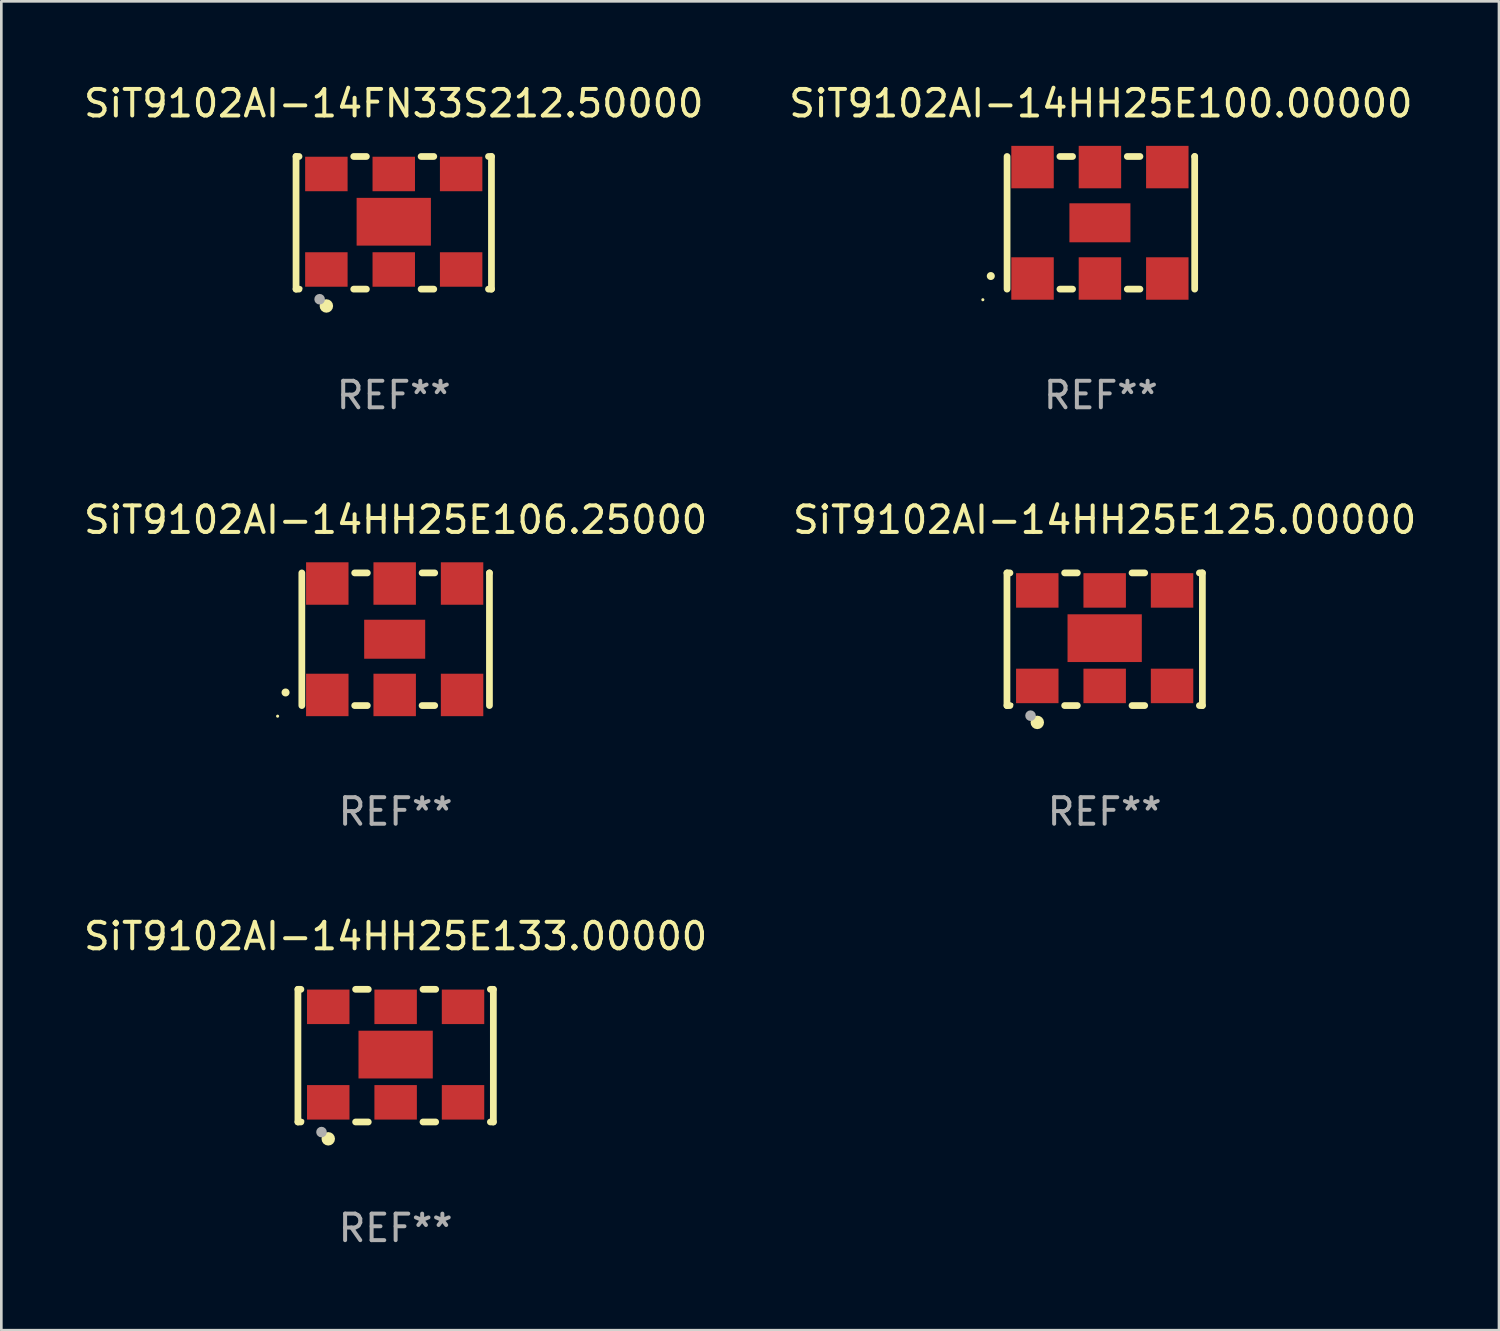
<source format=kicad_pcb>
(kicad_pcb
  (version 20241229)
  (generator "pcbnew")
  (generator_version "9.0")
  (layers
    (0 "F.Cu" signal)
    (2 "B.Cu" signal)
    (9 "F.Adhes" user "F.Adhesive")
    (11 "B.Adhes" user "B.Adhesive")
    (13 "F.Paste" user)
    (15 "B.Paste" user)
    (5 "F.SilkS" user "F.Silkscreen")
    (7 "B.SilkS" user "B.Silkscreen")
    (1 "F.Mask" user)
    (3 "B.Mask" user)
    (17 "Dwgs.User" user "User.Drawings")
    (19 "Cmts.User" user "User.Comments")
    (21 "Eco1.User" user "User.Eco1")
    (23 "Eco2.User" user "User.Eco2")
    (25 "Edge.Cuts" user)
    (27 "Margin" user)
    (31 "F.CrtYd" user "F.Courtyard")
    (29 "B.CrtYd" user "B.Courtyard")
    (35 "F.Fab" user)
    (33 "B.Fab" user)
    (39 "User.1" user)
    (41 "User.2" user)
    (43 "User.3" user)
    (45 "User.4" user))
  (footprint "SiT9102AI-14HH25E125.00000"
    (layer "F.Cu")
    (at 38.589 21.045)
    (property "Reference" "SiT9102AI-14HH25E125.00000" (at 0 -4.5 0) (layer "F.SilkS") (effects (font (size 1 1) (thickness 0.15))))
    (attr through_hole)
    (fp_line (start -3.683 -2.5) (end -3.571 -2.5) (stroke (width 0.254) (type solid)) (layer "F.SilkS"))
    (fp_line (start -3.683 2.5) (end -3.683 -2.5) (stroke (width 0.254) (type solid)) (layer "F.SilkS"))
    (fp_line (start -3.683 2.5) (end -3.571 2.5) (stroke (width 0.254) (type solid)) (layer "F.SilkS"))
    (fp_line (start -1.509 -2.5) (end -1.031 -2.5) (stroke (width 0.254) (type solid)) (layer "F.SilkS"))
    (fp_line (start -1.509 2.5) (end -1.031 2.5) (stroke (width 0.254) (type solid)) (layer "F.SilkS"))
    (fp_line (start 1.031 -2.5) (end 1.509 -2.5) (stroke (width 0.254) (type solid)) (layer "F.SilkS"))
    (fp_line (start 1.031 2.5) (end 1.509 2.5) (stroke (width 0.254) (type solid)) (layer "F.SilkS"))
    (fp_line (start 3.571 -2.5) (end 3.683 -2.5) (stroke (width 0.254) (type solid)) (layer "F.SilkS"))
    (fp_line (start 3.571 2.5) (end 3.683 2.5) (stroke (width 0.254) (type solid)) (layer "F.SilkS"))
    (fp_line (start 3.683 2.5) (end 3.683 -2.5) (stroke (width 0.254) (type solid)) (layer "F.SilkS"))
    (fp_circle (center -3.5 2.46) (end -3.47 2.46) (stroke (width 0.06) (type solid)) (fill no) (layer "F.SilkS"))
    (fp_circle (center -2.54 3.135) (end -2.413 3.135) (stroke (width 0.254) (type solid)) (fill no) (layer "F.SilkS"))
    (fp_circle (center -2.794 2.881) (end -2.694 2.881) (stroke (width 0.2) (type solid)) (fill no) (layer "F.Fab"))
    (fp_text user "REF**" (at 0 6.5 0) (layer "F.Fab") (effects (font (size 1 1) (thickness 0.15))))
    (pad "1" smd rect (at -2.54 1.76) (size 1.6 1.3) (layers "F.Cu" "F.Mask" "F.Paste"))
    (pad "2" smd rect (at 0 1.76) (size 1.6 1.3) (layers "F.Cu" "F.Mask" "F.Paste"))
    (pad "3" smd rect (at 2.54 1.76) (size 1.6 1.3) (layers "F.Cu" "F.Mask" "F.Paste"))
    (pad "4" smd rect (at 2.54 -1.84) (size 1.6 1.3) (layers "F.Cu" "F.Mask" "F.Paste"))
    (pad "5" smd rect (at 0 -1.84) (size 1.6 1.3) (layers "F.Cu" "F.Mask" "F.Paste"))
    (pad "6" smd rect (at -2.54 -1.84) (size 1.6 1.3) (layers "F.Cu" "F.Mask" "F.Paste"))
    (pad "7" smd rect (at 0 -0.04) (size 2.8 1.8) (layers "F.Cu" "F.Mask" "F.Paste")))
  (footprint "SiT9102AI-14HH25E106.25000"
    (layer "F.Cu")
    (at 11.863 21.045)
    (property "Reference" "SiT9102AI-14HH25E106.25000" (at 0 -4.5 0) (layer "F.SilkS") (effects (font (size 1 1) (thickness 0.15))))
    (attr through_hole)
    (fp_line (start -3.536 -2.5) (end -3.536 2.5) (stroke (width 0.254) (type solid)) (layer "F.SilkS"))
    (fp_line (start -1.544 2.5) (end -1.067 2.5) (stroke (width 0.254) (type solid)) (layer "F.SilkS"))
    (fp_line (start -1.067 -2.5) (end -1.544 -2.5) (stroke (width 0.254) (type solid)) (layer "F.SilkS"))
    (fp_line (start 0.996 2.5) (end 1.473 2.5) (stroke (width 0.254) (type solid)) (layer "F.SilkS"))
    (fp_line (start 1.473 -2.5) (end 0.996 -2.5) (stroke (width 0.254) (type solid)) (layer "F.SilkS"))
    (fp_line (start 3.536 -2.5) (end 3.536 -2.5) (stroke (width 0.254) (type solid)) (layer "F.SilkS"))
    (fp_line (start 3.536 2.5) (end 3.536 -2.5) (stroke (width 0.254) (type solid)) (layer "F.SilkS"))
    (fp_arc (start -4.150432 2.006604) (mid -4.149162 2.006599) (end -4.147892 2.006604) (stroke (width 0.3) (type solid)) (layer "F.SilkS"))
    (fp_circle (center -4.449 2.9) (end -4.419 2.9) (stroke (width 0.06) (type solid)) (fill no) (layer "F.SilkS"))
    (fp_text user "REF**" (at 0 6.5 0) (layer "F.Fab") (effects (font (size 1 1) (thickness 0.15))))
    (pad "1" smd rect (at -2.576 2.1) (size 1.6 1.6) (layers "F.Cu" "F.Mask" "F.Paste"))
    (pad "2" smd rect (at -0.036 2.1) (size 1.6 1.6) (layers "F.Cu" "F.Mask" "F.Paste"))
    (pad "3" smd rect (at 2.504 2.1) (size 1.6 1.6) (layers "F.Cu" "F.Mask" "F.Paste"))
    (pad "4" smd rect (at 2.504 -2.1) (size 1.6 1.6) (layers "F.Cu" "F.Mask" "F.Paste"))
    (pad "5" smd rect (at -0.036 -2.1) (size 1.6 1.6) (layers "F.Cu" "F.Mask" "F.Paste"))
    (pad "6" smd rect (at -2.576 -2.1) (size 1.6 1.6) (layers "F.Cu" "F.Mask" "F.Paste"))
    (pad "7" smd rect (at -0.036 0) (size 2.3 1.47) (layers "F.Cu" "F.Mask" "F.Paste")))
  (footprint "SiT9102AI-14FN33S212.50000"
    (layer "F.Cu")
    (at 11.792 5.348)
    (property "Reference" "SiT9102AI-14FN33S212.50000" (at 0 -4.5 0) (layer "F.SilkS") (effects (font (size 1 1) (thickness 0.15))))
    (attr through_hole)
    (fp_line (start -3.683 -2.5) (end -3.571 -2.5) (stroke (width 0.254) (type solid)) (layer "F.SilkS"))
    (fp_line (start -3.683 2.5) (end -3.683 -2.5) (stroke (width 0.254) (type solid)) (layer "F.SilkS"))
    (fp_line (start -3.683 2.5) (end -3.571 2.5) (stroke (width 0.254) (type solid)) (layer "F.SilkS"))
    (fp_line (start -1.509 -2.5) (end -1.031 -2.5) (stroke (width 0.254) (type solid)) (layer "F.SilkS"))
    (fp_line (start -1.509 2.5) (end -1.031 2.5) (stroke (width 0.254) (type solid)) (layer "F.SilkS"))
    (fp_line (start 1.031 -2.5) (end 1.509 -2.5) (stroke (width 0.254) (type solid)) (layer "F.SilkS"))
    (fp_line (start 1.031 2.5) (end 1.509 2.5) (stroke (width 0.254) (type solid)) (layer "F.SilkS"))
    (fp_line (start 3.571 -2.5) (end 3.683 -2.5) (stroke (width 0.254) (type solid)) (layer "F.SilkS"))
    (fp_line (start 3.571 2.5) (end 3.683 2.5) (stroke (width 0.254) (type solid)) (layer "F.SilkS"))
    (fp_line (start 3.683 2.5) (end 3.683 -2.5) (stroke (width 0.254) (type solid)) (layer "F.SilkS"))
    (fp_circle (center -3.5 2.46) (end -3.47 2.46) (stroke (width 0.06) (type solid)) (fill no) (layer "F.SilkS"))
    (fp_circle (center -2.54 3.135) (end -2.413 3.135) (stroke (width 0.254) (type solid)) (fill no) (layer "F.SilkS"))
    (fp_circle (center -2.794 2.881) (end -2.694 2.881) (stroke (width 0.2) (type solid)) (fill no) (layer "F.Fab"))
    (fp_text user "REF**" (at 0 6.5 0) (layer "F.Fab") (effects (font (size 1 1) (thickness 0.15))))
    (pad "1" smd rect (at -2.54 1.76) (size 1.6 1.3) (layers "F.Cu" "F.Mask" "F.Paste"))
    (pad "2" smd rect (at 0 1.76) (size 1.6 1.3) (layers "F.Cu" "F.Mask" "F.Paste"))
    (pad "3" smd rect (at 2.54 1.76) (size 1.6 1.3) (layers "F.Cu" "F.Mask" "F.Paste"))
    (pad "4" smd rect (at 2.54 -1.84) (size 1.6 1.3) (layers "F.Cu" "F.Mask" "F.Paste"))
    (pad "5" smd rect (at 0 -1.84) (size 1.6 1.3) (layers "F.Cu" "F.Mask" "F.Paste"))
    (pad "6" smd rect (at -2.54 -1.84) (size 1.6 1.3) (layers "F.Cu" "F.Mask" "F.Paste"))
    (pad "7" smd rect (at 0 -0.04) (size 2.8 1.8) (layers "F.Cu" "F.Mask" "F.Paste")))
  (footprint "SiT9102AI-14HH25E133.00000"
    (layer "F.Cu")
    (at 11.863 36.741)
    (property "Reference" "SiT9102AI-14HH25E133.00000" (at 0 -4.5 0) (layer "F.SilkS") (effects (font (size 1 1) (thickness 0.15))))
    (attr through_hole)
    (fp_line (start -3.683 -2.5) (end -3.571 -2.5) (stroke (width 0.254) (type solid)) (layer "F.SilkS"))
    (fp_line (start -3.683 2.5) (end -3.683 -2.5) (stroke (width 0.254) (type solid)) (layer "F.SilkS"))
    (fp_line (start -3.683 2.5) (end -3.571 2.5) (stroke (width 0.254) (type solid)) (layer "F.SilkS"))
    (fp_line (start -1.509 -2.5) (end -1.031 -2.5) (stroke (width 0.254) (type solid)) (layer "F.SilkS"))
    (fp_line (start -1.509 2.5) (end -1.031 2.5) (stroke (width 0.254) (type solid)) (layer "F.SilkS"))
    (fp_line (start 1.031 -2.5) (end 1.509 -2.5) (stroke (width 0.254) (type solid)) (layer "F.SilkS"))
    (fp_line (start 1.031 2.5) (end 1.509 2.5) (stroke (width 0.254) (type solid)) (layer "F.SilkS"))
    (fp_line (start 3.571 -2.5) (end 3.683 -2.5) (stroke (width 0.254) (type solid)) (layer "F.SilkS"))
    (fp_line (start 3.571 2.5) (end 3.683 2.5) (stroke (width 0.254) (type solid)) (layer "F.SilkS"))
    (fp_line (start 3.683 2.5) (end 3.683 -2.5) (stroke (width 0.254) (type solid)) (layer "F.SilkS"))
    (fp_circle (center -3.5 2.46) (end -3.47 2.46) (stroke (width 0.06) (type solid)) (fill no) (layer "F.SilkS"))
    (fp_circle (center -2.54 3.135) (end -2.413 3.135) (stroke (width 0.254) (type solid)) (fill no) (layer "F.SilkS"))
    (fp_circle (center -2.794 2.881) (end -2.694 2.881) (stroke (width 0.2) (type solid)) (fill no) (layer "F.Fab"))
    (fp_text user "REF**" (at 0 6.5 0) (layer "F.Fab") (effects (font (size 1 1) (thickness 0.15))))
    (pad "1" smd rect (at -2.54 1.76) (size 1.6 1.3) (layers "F.Cu" "F.Mask" "F.Paste"))
    (pad "2" smd rect (at 0 1.76) (size 1.6 1.3) (layers "F.Cu" "F.Mask" "F.Paste"))
    (pad "3" smd rect (at 2.54 1.76) (size 1.6 1.3) (layers "F.Cu" "F.Mask" "F.Paste"))
    (pad "4" smd rect (at 2.54 -1.84) (size 1.6 1.3) (layers "F.Cu" "F.Mask" "F.Paste"))
    (pad "5" smd rect (at 0 -1.84) (size 1.6 1.3) (layers "F.Cu" "F.Mask" "F.Paste"))
    (pad "6" smd rect (at -2.54 -1.84) (size 1.6 1.3) (layers "F.Cu" "F.Mask" "F.Paste"))
    (pad "7" smd rect (at 0 -0.04) (size 2.8 1.8) (layers "F.Cu" "F.Mask" "F.Paste")))
  (footprint "SiT9102AI-14HH25E100.00000"
    (layer "F.Cu")
    (at 38.446 5.348)
    (property "Reference" "SiT9102AI-14HH25E100.00000" (at 0 -4.5 0) (layer "F.SilkS") (effects (font (size 1 1) (thickness 0.15))))
    (attr through_hole)
    (fp_line (start -3.536 -2.5) (end -3.536 2.5) (stroke (width 0.254) (type solid)) (layer "F.SilkS"))
    (fp_line (start -1.544 2.5) (end -1.067 2.5) (stroke (width 0.254) (type solid)) (layer "F.SilkS"))
    (fp_line (start -1.067 -2.5) (end -1.544 -2.5) (stroke (width 0.254) (type solid)) (layer "F.SilkS"))
    (fp_line (start 0.996 2.5) (end 1.473 2.5) (stroke (width 0.254) (type solid)) (layer "F.SilkS"))
    (fp_line (start 1.473 -2.5) (end 0.996 -2.5) (stroke (width 0.254) (type solid)) (layer "F.SilkS"))
    (fp_line (start 3.536 -2.5) (end 3.536 -2.5) (stroke (width 0.254) (type solid)) (layer "F.SilkS"))
    (fp_line (start 3.536 2.5) (end 3.536 -2.5) (stroke (width 0.254) (type solid)) (layer "F.SilkS"))
    (fp_arc (start -4.150432 2.006604) (mid -4.149162 2.006599) (end -4.147892 2.006604) (stroke (width 0.3) (type solid)) (layer "F.SilkS"))
    (fp_circle (center -4.449 2.9) (end -4.419 2.9) (stroke (width 0.06) (type solid)) (fill no) (layer "F.SilkS"))
    (fp_text user "REF**" (at 0 6.5 0) (layer "F.Fab") (effects (font (size 1 1) (thickness 0.15))))
    (pad "1" smd rect (at -2.576 2.1) (size 1.6 1.6) (layers "F.Cu" "F.Mask" "F.Paste"))
    (pad "2" smd rect (at -0.036 2.1) (size 1.6 1.6) (layers "F.Cu" "F.Mask" "F.Paste"))
    (pad "3" smd rect (at 2.504 2.1) (size 1.6 1.6) (layers "F.Cu" "F.Mask" "F.Paste"))
    (pad "4" smd rect (at 2.504 -2.1) (size 1.6 1.6) (layers "F.Cu" "F.Mask" "F.Paste"))
    (pad "5" smd rect (at -0.036 -2.1) (size 1.6 1.6) (layers "F.Cu" "F.Mask" "F.Paste"))
    (pad "6" smd rect (at -2.576 -2.1) (size 1.6 1.6) (layers "F.Cu" "F.Mask" "F.Paste"))
    (pad "7" smd rect (at -0.036 0) (size 2.3 1.47) (layers "F.Cu" "F.Mask" "F.Paste")))
  (gr_rect
    (start -3 -3)
    (end 53.452 47.09)
    (stroke (width 0.1) (type default))
    (fill no)
    (layer "Edge.Cuts")))
</source>
